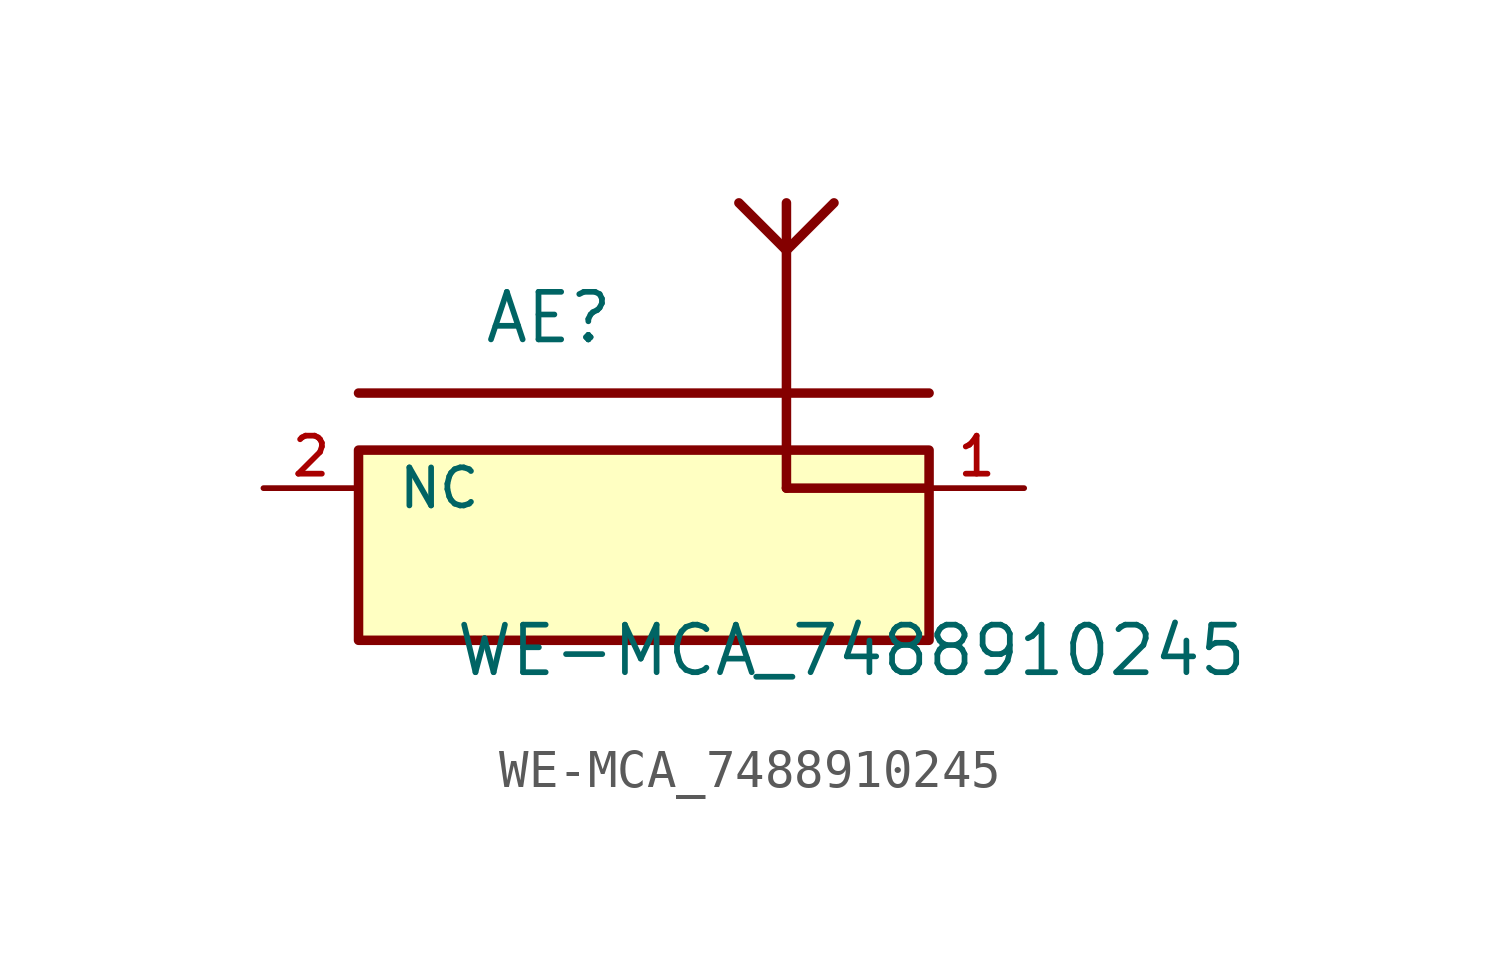
<source format=kicad_sym>
(kicad_symbol_lib
  (version 20211014)
  (generator kicad_symbol_editor)
  (symbol "WE-MCA_7488910245"
    (pin_names
      (offset 1.016))
    (property "Reference" "AE"
      (at -2.54 3.81 0)
      (effects (font (size 1.27 1.27)) (justify bottom)))
    (property "Value" "WE-MCA_7488910245"
      (at -5.08 -5.08 0)
      (effects (font (size 1.27 1.27)) (justify bottom left)))
    (symbol "WE-MCA_7488910245_0_0"
      (polyline (pts (xy 3.81 0.0) (xy 3.81 6.35)) (stroke (width 0.254)))
      (polyline (pts (xy 3.81 6.35) (xy 2.54 7.62)) (stroke (width 0.254)))
      (polyline (pts (xy 3.81 6.35) (xy 3.81 7.62)) (stroke (width 0.254)))
      (polyline (pts (xy 3.81 6.35) (xy 5.08 7.62)) (stroke (width 0.254)))
      (polyline (pts (xy 7.62 2.54) (xy -7.62 2.54)) (stroke (width 0.254)))
      (polyline (pts (xy 3.81 0.0) (xy 7.62 0.0)) (stroke (width 0.254)))
      (rectangle (start -7.62 -4.064) (end 7.62 1.016) (stroke (width 0.254)) (fill (type background)))
      (pin passive line (at 10.16 0.0 180.0) (length 2.54) (name "~" (effects (font (size 1.016 1.016)))) (number "1" (effects (font (size 1.016 1.016)))))
      (pin passive line (at -10.16 0.0 0) (length 2.54) (name "NC" (effects (font (size 1.016 1.016)))) (number "2" (effects (font (size 1.016 1.016))))))))
</source>
